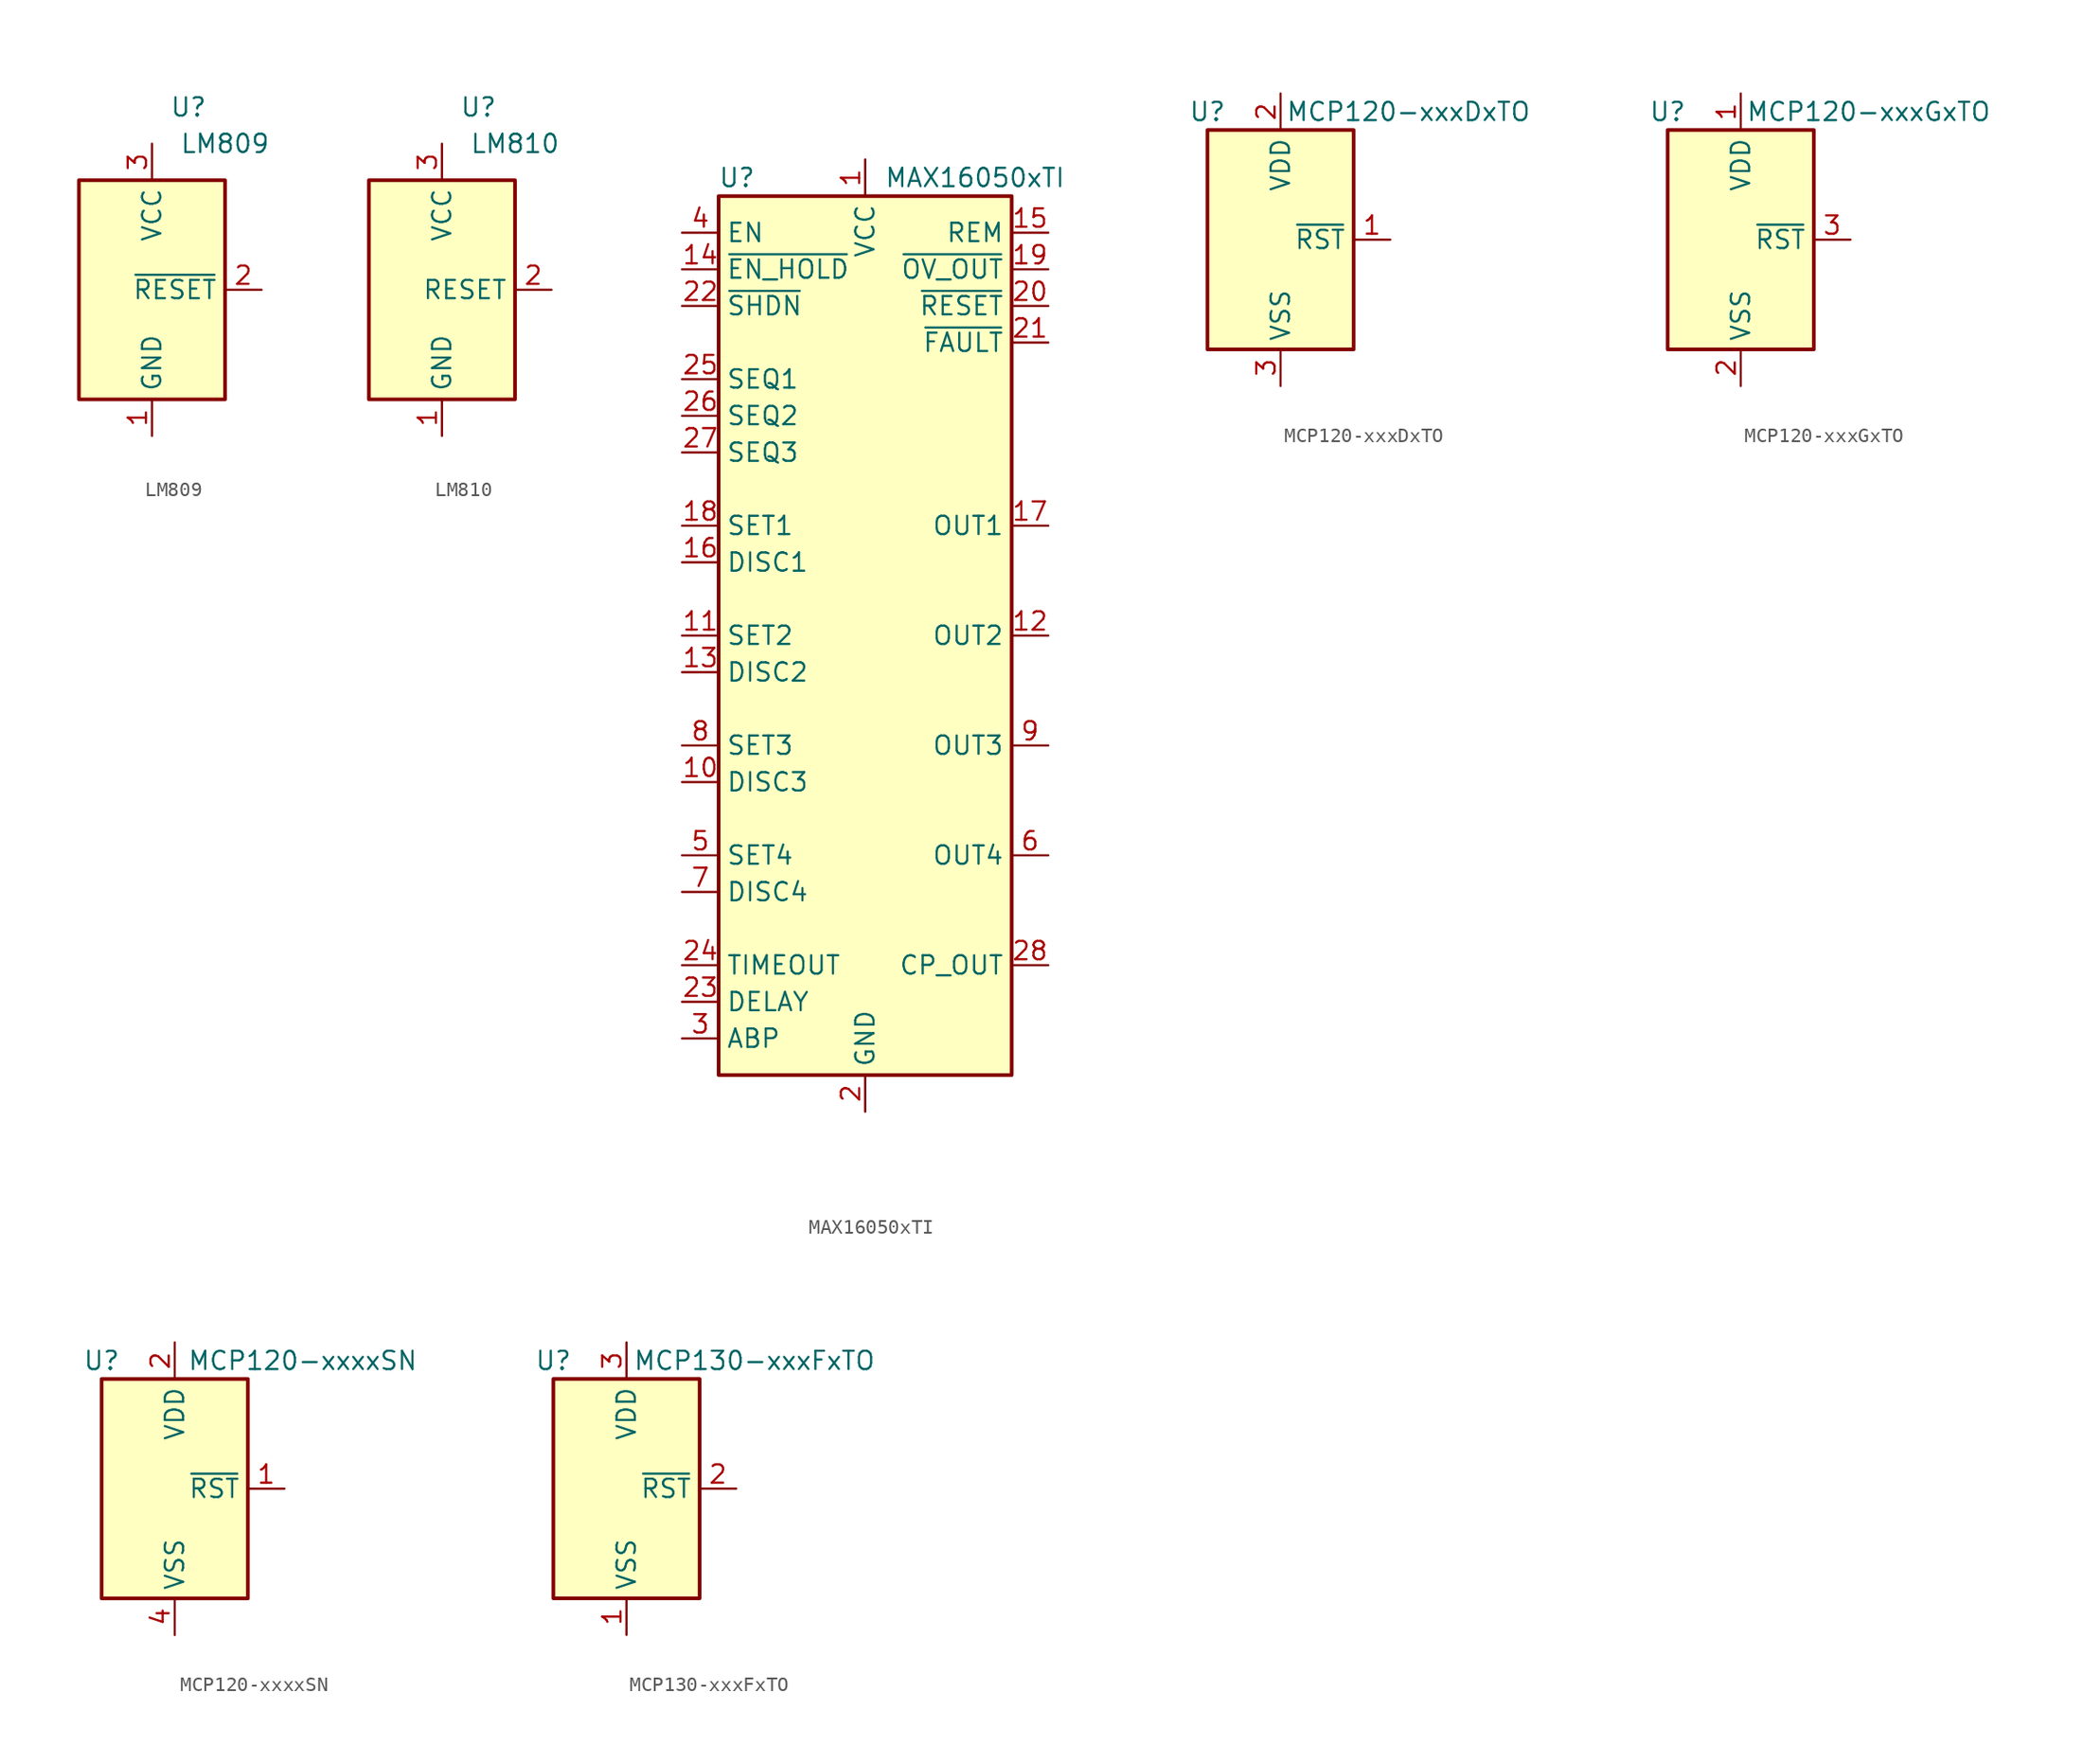
<source format=kicad_sym>
(kicad_symbol_lib
  (version 20201005)
  (generator kicad_symbol_editor)
  (symbol "LM809"
    (property "Reference" "U"
      (at 2.54 12.7 0)
      (effects (font (size 1.27 1.27))))
    (property "Value" "LM809"
      (at 5.08 10.16 0)
      (effects (font (size 1.27 1.27))))
    (symbol "LM809_0_1"
      (rectangle (start 5.08 7.62) (end -5.08 -7.62) (stroke (width 0.254)) (fill (type background))))
    (symbol "LM809_1_1"
      (pin power_in line (at 0 -10.16 90) (length 2.54) (name "GND" (effects (font (size 1.27 1.27)))) (number "1" (effects (font (size 1.27 1.27)))))
      (pin output line (at 7.62 0 180) (length 2.54) (name "~RESET" (effects (font (size 1.27 1.27)))) (number "2" (effects (font (size 1.27 1.27)))))
      (pin power_in line (at 0 10.16 270) (length 2.54) (name "VCC" (effects (font (size 1.27 1.27)))) (number "3" (effects (font (size 1.27 1.27)))))))
  (symbol "LM810"
    (property "Reference" "U"
      (at 2.54 12.7 0)
      (effects (font (size 1.27 1.27))))
    (property "Value" "LM810"
      (at 5.08 10.16 0)
      (effects (font (size 1.27 1.27))))
    (symbol "LM810_0_1"
      (rectangle (start 5.08 7.62) (end -5.08 -7.62) (stroke (width 0.254)) (fill (type background))))
    (symbol "LM810_1_1"
      (pin power_in line (at 0 -10.16 90) (length 2.54) (name "GND" (effects (font (size 1.27 1.27)))) (number "1" (effects (font (size 1.27 1.27)))))
      (pin output line (at 7.62 0 180) (length 2.54) (name "RESET" (effects (font (size 1.27 1.27)))) (number "2" (effects (font (size 1.27 1.27)))))
      (pin power_in line (at 0 10.16 270) (length 2.54) (name "VCC" (effects (font (size 1.27 1.27)))) (number "3" (effects (font (size 1.27 1.27)))))))
  (symbol "MAX16050xTI"
    (property "Reference" "U"
      (at -8.89 31.75 0)
      (effects (font (size 1.27 1.27))))
    (property "Value" "MAX16050xTI"
      (at 7.62 31.75 0)
      (effects (font (size 1.27 1.27))))
    (symbol "MAX16050xTI_0_1"
      (rectangle (start -10.16 30.48) (end 10.16 -30.48) (stroke (width 0.254)) (fill (type background))))
    (symbol "MAX16050xTI_1_1"
      (pin power_in line (at 0 33.02 270) (length 2.54) (name "VCC" (effects (font (size 1.27 1.27)))) (number "1" (effects (font (size 1.27 1.27)))))
      (pin input line (at -12.7 -10.16 0) (length 2.54) (name "DISC3" (effects (font (size 1.27 1.27)))) (number "10" (effects (font (size 1.27 1.27)))))
      (pin input line (at -12.7 0 0) (length 2.54) (name "SET2" (effects (font (size 1.27 1.27)))) (number "11" (effects (font (size 1.27 1.27)))))
      (pin open_collector line (at 12.7 0 180) (length 2.54) (name "OUT2" (effects (font (size 1.27 1.27)))) (number "12" (effects (font (size 1.27 1.27)))))
      (pin input line (at -12.7 -2.54 0) (length 2.54) (name "DISC2" (effects (font (size 1.27 1.27)))) (number "13" (effects (font (size 1.27 1.27)))))
      (pin input line (at -12.7 25.4 0) (length 2.54) (name "~EN_HOLD" (effects (font (size 1.27 1.27)))) (number "14" (effects (font (size 1.27 1.27)))))
      (pin open_collector line (at 12.7 27.94 180) (length 2.54) (name "REM" (effects (font (size 1.27 1.27)))) (number "15" (effects (font (size 1.27 1.27)))))
      (pin input line (at -12.7 5.08 0) (length 2.54) (name "DISC1" (effects (font (size 1.27 1.27)))) (number "16" (effects (font (size 1.27 1.27)))))
      (pin open_collector line (at 12.7 7.62 180) (length 2.54) (name "OUT1" (effects (font (size 1.27 1.27)))) (number "17" (effects (font (size 1.27 1.27)))))
      (pin input line (at -12.7 7.62 0) (length 2.54) (name "SET1" (effects (font (size 1.27 1.27)))) (number "18" (effects (font (size 1.27 1.27)))))
      (pin open_collector line (at 12.7 25.4 180) (length 2.54) (name "~OV_OUT" (effects (font (size 1.27 1.27)))) (number "19" (effects (font (size 1.27 1.27)))))
      (pin power_in line (at 0 -33.02 90) (length 2.54) (name "GND" (effects (font (size 1.27 1.27)))) (number "2" (effects (font (size 1.27 1.27)))))
      (pin open_collector line (at 12.7 22.86 180) (length 2.54) (name "~RESET" (effects (font (size 1.27 1.27)))) (number "20" (effects (font (size 1.27 1.27)))))
      (pin bidirectional line (at 12.7 20.32 180) (length 2.54) (name "~FAULT" (effects (font (size 1.27 1.27)))) (number "21" (effects (font (size 1.27 1.27)))))
      (pin input line (at -12.7 22.86 0) (length 2.54) (name "~SHDN" (effects (font (size 1.27 1.27)))) (number "22" (effects (font (size 1.27 1.27)))))
      (pin passive line (at -12.7 -25.4 0) (length 2.54) (name "DELAY" (effects (font (size 1.27 1.27)))) (number "23" (effects (font (size 1.27 1.27)))))
      (pin passive line (at -12.7 -22.86 0) (length 2.54) (name "TIMEOUT" (effects (font (size 1.27 1.27)))) (number "24" (effects (font (size 1.27 1.27)))))
      (pin input line (at -12.7 17.78 0) (length 2.54) (name "SEQ1" (effects (font (size 1.27 1.27)))) (number "25" (effects (font (size 1.27 1.27)))))
      (pin input line (at -12.7 15.24 0) (length 2.54) (name "SEQ2" (effects (font (size 1.27 1.27)))) (number "26" (effects (font (size 1.27 1.27)))))
      (pin input line (at -12.7 12.7 0) (length 2.54) (name "SEQ3" (effects (font (size 1.27 1.27)))) (number "27" (effects (font (size 1.27 1.27)))))
      (pin power_out line (at 12.7 -22.86 180) (length 2.54) (name "CP_OUT" (effects (font (size 1.27 1.27)))) (number "28" (effects (font (size 1.27 1.27)))))
      (pin passive line (at 0 -33.02 90) (length 2.54) hide (name "GND" (effects (font (size 1.27 1.27)))) (number "29" (effects (font (size 1.27 1.27)))))
      (pin passive line (at -12.7 -27.94 0) (length 2.54) (name "ABP" (effects (font (size 1.27 1.27)))) (number "3" (effects (font (size 1.27 1.27)))))
      (pin input line (at -12.7 27.94 0) (length 2.54) (name "EN" (effects (font (size 1.27 1.27)))) (number "4" (effects (font (size 1.27 1.27)))))
      (pin input line (at -12.7 -15.24 0) (length 2.54) (name "SET4" (effects (font (size 1.27 1.27)))) (number "5" (effects (font (size 1.27 1.27)))))
      (pin open_collector line (at 12.7 -15.24 180) (length 2.54) (name "OUT4" (effects (font (size 1.27 1.27)))) (number "6" (effects (font (size 1.27 1.27)))))
      (pin input line (at -12.7 -17.78 0) (length 2.54) (name "DISC4" (effects (font (size 1.27 1.27)))) (number "7" (effects (font (size 1.27 1.27)))))
      (pin input line (at -12.7 -7.62 0) (length 2.54) (name "SET3" (effects (font (size 1.27 1.27)))) (number "8" (effects (font (size 1.27 1.27)))))
      (pin open_collector line (at 12.7 -7.62 180) (length 2.54) (name "OUT3" (effects (font (size 1.27 1.27)))) (number "9" (effects (font (size 1.27 1.27)))))))
  (symbol "MCP120-xxxDxTO"
    (property "Reference" "U"
      (at -5.08 8.89 0)
      (effects (font (size 1.27 1.27))))
    (property "Value" "MCP120-xxxDxTO"
      (at 8.89 8.89 0)
      (effects (font (size 1.27 1.27))))
    (symbol "MCP120-xxxDxTO_0_1"
      (rectangle (start 5.08 7.62) (end -5.08 -7.62) (stroke (width 0.254)) (fill (type background)))
      (pin power_in line (at 0 10.16 270) (length 2.54) (name "VDD" (effects (font (size 1.27 1.27)))) (number "2" (effects (font (size 1.27 1.27))))))
    (symbol "MCP120-xxxDxTO_1_1"
      (pin open_collector line (at 7.62 0 180) (length 2.54) (name "~RST" (effects (font (size 1.27 1.27)))) (number "1" (effects (font (size 1.27 1.27)))))
      (pin power_in line (at 0 -10.16 90) (length 2.54) (name "VSS" (effects (font (size 1.27 1.27)))) (number "3" (effects (font (size 1.27 1.27)))))))
  (symbol "MCP120-xxxGxTO"
    (property "Reference" "U"
      (at -5.08 8.89 0)
      (effects (font (size 1.27 1.27))))
    (property "Value" "MCP120-xxxGxTO"
      (at 8.89 8.89 0)
      (effects (font (size 1.27 1.27))))
    (symbol "MCP120-xxxGxTO_0_1"
      (rectangle (start 5.08 7.62) (end -5.08 -7.62) (stroke (width 0.254)) (fill (type background))))
    (symbol "MCP120-xxxGxTO_1_1"
      (pin power_in line (at 0 10.16 270) (length 2.54) (name "VDD" (effects (font (size 1.27 1.27)))) (number "1" (effects (font (size 1.27 1.27)))))
      (pin power_in line (at 0 -10.16 90) (length 2.54) (name "VSS" (effects (font (size 1.27 1.27)))) (number "2" (effects (font (size 1.27 1.27)))))
      (pin open_collector line (at 7.62 0 180) (length 2.54) (name "~RST" (effects (font (size 1.27 1.27)))) (number "3" (effects (font (size 1.27 1.27)))))))
  (symbol "MCP120-xxxxSN"
    (property "Reference" "U"
      (at -5.08 8.89 0)
      (effects (font (size 1.27 1.27))))
    (property "Value" "MCP120-xxxxSN"
      (at 8.89 8.89 0)
      (effects (font (size 1.27 1.27))))
    (symbol "MCP120-xxxxSN_0_1"
      (rectangle (start 5.08 7.62) (end -5.08 -7.62) (stroke (width 0.254)) (fill (type background))))
    (symbol "MCP120-xxxxSN_1_1"
      (pin open_collector line (at 7.62 0 180) (length 2.54) (name "~RST" (effects (font (size 1.27 1.27)))) (number "1" (effects (font (size 1.27 1.27)))))
      (pin power_in line (at 0 10.16 270) (length 2.54) (name "VDD" (effects (font (size 1.27 1.27)))) (number "2" (effects (font (size 1.27 1.27)))))
      (pin no_connect line (at -5.08 5.08 0) (length 2.54) hide (name "NC" (effects (font (size 1.27 1.27)))) (number "3" (effects (font (size 1.27 1.27)))))
      (pin power_in line (at 0 -10.16 90) (length 2.54) (name "VSS" (effects (font (size 1.27 1.27)))) (number "4" (effects (font (size 1.27 1.27)))))
      (pin no_connect line (at -5.08 2.54 0) (length 2.54) hide (name "NC" (effects (font (size 1.27 1.27)))) (number "5" (effects (font (size 1.27 1.27)))))
      (pin no_connect line (at -5.08 0 0) (length 2.54) hide (name "NC" (effects (font (size 1.27 1.27)))) (number "6" (effects (font (size 1.27 1.27)))))
      (pin no_connect line (at -5.08 -2.54 0) (length 2.54) hide (name "NC" (effects (font (size 1.27 1.27)))) (number "7" (effects (font (size 1.27 1.27)))))
      (pin no_connect line (at -5.08 -5.08 0) (length 2.54) hide (name "NC" (effects (font (size 1.27 1.27)))) (number "8" (effects (font (size 1.27 1.27)))))))
  (symbol "MCP130-xxxFxTO"
    (property "Reference" "U"
      (at -5.08 8.89 0)
      (effects (font (size 1.27 1.27))))
    (property "Value" "MCP130-xxxFxTO"
      (at 8.89 8.89 0)
      (effects (font (size 1.27 1.27))))
    (symbol "MCP130-xxxFxTO_0_1"
      (rectangle (start 5.08 7.62) (end -5.08 -7.62) (stroke (width 0.254)) (fill (type background)))
      (pin power_in line (at 0 10.16 270) (length 2.54) (name "VDD" (effects (font (size 1.27 1.27)))) (number "3" (effects (font (size 1.27 1.27))))))
    (symbol "MCP130-xxxFxTO_1_1"
      (pin power_in line (at 0 -10.16 90) (length 2.54) (name "VSS" (effects (font (size 1.27 1.27)))) (number "1" (effects (font (size 1.27 1.27)))))
      (pin open_collector line (at 7.62 0 180) (length 2.54) (name "~RST" (effects (font (size 1.27 1.27)))) (number "2" (effects (font (size 1.27 1.27))))))))
</source>
